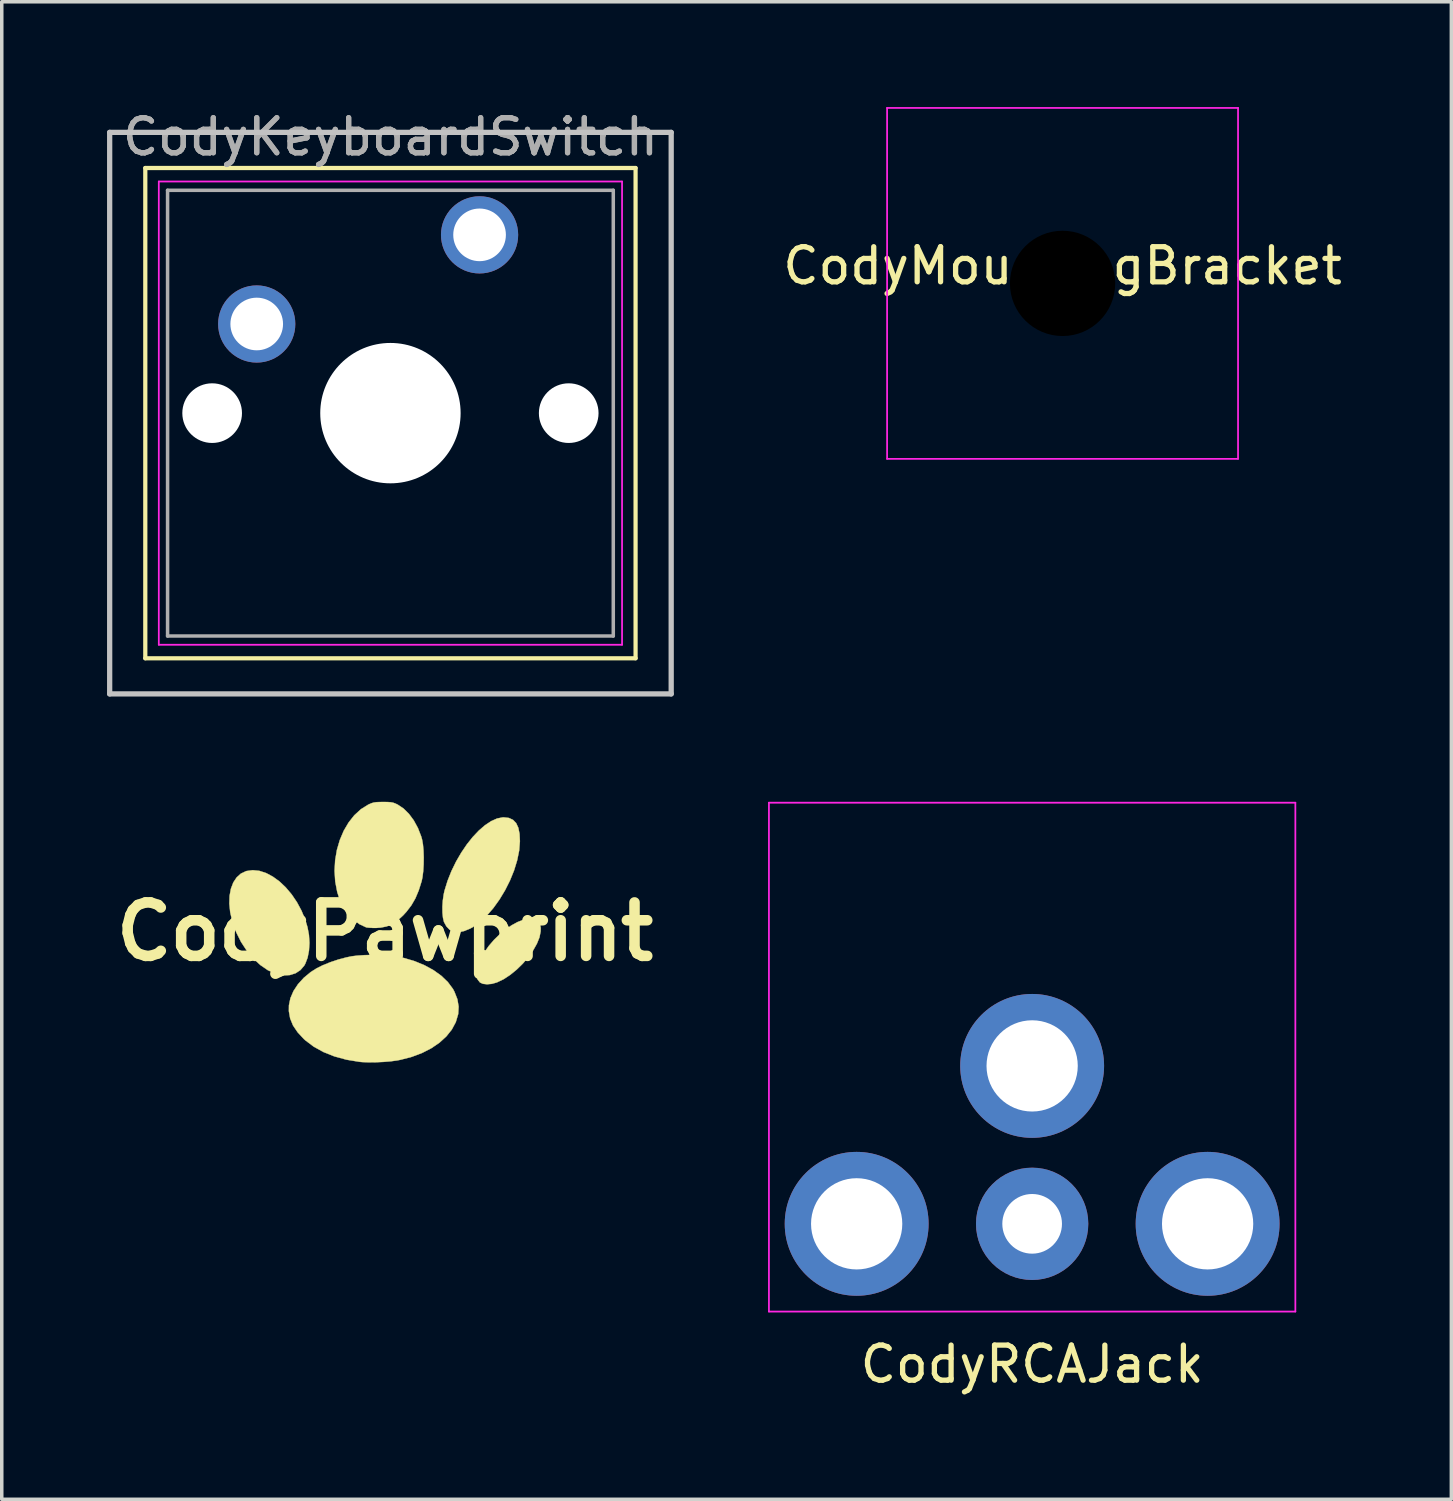
<source format=kicad_pcb>
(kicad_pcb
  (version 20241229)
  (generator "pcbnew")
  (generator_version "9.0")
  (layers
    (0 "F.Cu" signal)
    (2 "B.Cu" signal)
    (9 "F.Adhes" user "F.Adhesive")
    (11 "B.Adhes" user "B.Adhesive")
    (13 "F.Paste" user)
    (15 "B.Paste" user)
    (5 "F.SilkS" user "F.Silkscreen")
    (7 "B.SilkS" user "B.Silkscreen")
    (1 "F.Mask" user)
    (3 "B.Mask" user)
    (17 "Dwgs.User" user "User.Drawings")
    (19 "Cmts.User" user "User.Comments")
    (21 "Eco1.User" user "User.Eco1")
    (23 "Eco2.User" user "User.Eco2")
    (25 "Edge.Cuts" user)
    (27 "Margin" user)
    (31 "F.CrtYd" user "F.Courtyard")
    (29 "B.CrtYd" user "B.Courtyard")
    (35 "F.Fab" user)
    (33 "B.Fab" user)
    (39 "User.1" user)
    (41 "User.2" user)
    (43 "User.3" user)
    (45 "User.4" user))
  (footprint "CodyMountingBracket"
    (layer "F.Cu")
    (at 27.227 5.025)
    (property "Reference" "CodyMountingBracket" (at 0 -0.5 0) (unlocked yes) (layer "F.SilkS") (effects (font (size 1 1) (thickness 0.15))))
    (fp_line (start -5 -5) (end 5 -5) (stroke (width 0.05) (type solid)) (layer "F.CrtYd"))
    (fp_line (start -5 5) (end -5 -5) (stroke (width 0.05) (type solid)) (layer "F.CrtYd"))
    (fp_line (start 5 5) (end -5 5) (stroke (width 0.05) (type solid)) (layer "F.CrtYd"))
    (fp_line (start 5 5) (end 5 -5) (stroke (width 0.05) (type solid)) (layer "F.CrtYd"))
    (pad "" np_thru_hole circle (at 0 0) (size 3 3) (drill 3) (layers "*.Mask")))
  (footprint "CodyKeyboardSwitch"
    (layer "F.Cu")
    (at 10.615 3.642)
    (property "Reference" "CodyKeyboardSwitch" (at -2.54 -2.794 0) (layer "F.Fab") (effects (font (size 1 1) (thickness 0.15))))
    (attr through_hole)
    (fp_line (start -9.525 -1.905) (end 4.445 -1.905) (stroke (width 0.12) (type solid)) (layer "F.SilkS"))
    (fp_line (start -9.525 12.065) (end -9.525 -1.905) (stroke (width 0.12) (type solid)) (layer "F.SilkS"))
    (fp_line (start 4.445 -1.905) (end 4.445 12.065) (stroke (width 0.12) (type solid)) (layer "F.SilkS"))
    (fp_line (start 4.445 12.065) (end -9.525 12.065) (stroke (width 0.12) (type solid)) (layer "F.SilkS"))
    (fp_line (start -10.54 -2.92) (end 5.46 -2.92) (stroke (width 0.15) (type solid)) (layer "Dwgs.User"))
    (fp_line (start -10.54 13.08) (end -10.54 -2.92) (stroke (width 0.15) (type solid)) (layer "Dwgs.User"))
    (fp_line (start 5.46 -2.92) (end 5.46 13.08) (stroke (width 0.15) (type solid)) (layer "Dwgs.User"))
    (fp_line (start 5.46 13.08) (end -10.54 13.08) (stroke (width 0.15) (type solid)) (layer "Dwgs.User"))
    (fp_line (start -9.14 -1.52) (end 4.06 -1.52) (stroke (width 0.05) (type solid)) (layer "F.CrtYd"))
    (fp_line (start -9.14 11.68) (end -9.14 -1.52) (stroke (width 0.05) (type solid)) (layer "F.CrtYd"))
    (fp_line (start 4.06 -1.52) (end 4.06 11.68) (stroke (width 0.05) (type solid)) (layer "F.CrtYd"))
    (fp_line (start 4.06 11.68) (end -9.14 11.68) (stroke (width 0.05) (type solid)) (layer "F.CrtYd"))
    (fp_line (start -8.89 -1.27) (end 3.81 -1.27) (stroke (width 0.1) (type solid)) (layer "F.Fab"))
    (fp_line (start -8.89 11.43) (end -8.89 -1.27) (stroke (width 0.1) (type solid)) (layer "F.Fab"))
    (fp_line (start 3.81 -1.27) (end 3.81 11.43) (stroke (width 0.1) (type solid)) (layer "F.Fab"))
    (fp_line (start 3.81 11.43) (end -8.89 11.43) (stroke (width 0.1) (type solid)) (layer "F.Fab"))
    (fp_text user "${REFERENCE}" (at -2.54 -2.794 0) (layer "F.Fab") (effects (font (size 1 1) (thickness 0.15))))
    (pad "" np_thru_hole circle (at -7.62 5.08) (size 1.7 1.7) (drill 1.7) (layers "*.Cu" "*.Mask"))
    (pad "" np_thru_hole circle (at -2.54 5.08) (size 4 4) (drill 4) (layers "*.Cu" "*.Mask"))
    (pad "" np_thru_hole circle (at 2.54 5.08) (size 1.7 1.7) (drill 1.7) (layers "*.Cu" "*.Mask"))
    (pad "1" thru_hole circle (at 0 0) (size 2.2 2.2) (drill 1.5) (layers "*.Cu" "*.Mask"))
    (pad "2" thru_hole circle (at -6.35 2.54) (size 2.2 2.2) (drill 1.5) (layers "*.Cu" "*.Mask")))
  (footprint "CodyPawprint"
    (layer "F.Cu")
    (at 7.918 23.498)
    (property "Reference" "CodyPawprint" (at 0 0 0) (layer "F.SilkS") (effects (font (size 1.524 1.524) (thickness 0.3))))
    (attr through_hole)
    (fp_poly (pts (xy 4.219 -0.364) (xy 4.292 -0.338) (xy 4.373 -0.282) (xy 4.42 -0.21) (xy 4.439 -0.109) (xy 4.437 -0.009) (xy 4.404 0.16) (xy 4.33 0.343) (xy 4.222 0.534) (xy 4.086 0.725) (xy 3.928 0.91) (xy 3.753 1.081) (xy 3.567 1.232) (xy 3.377 1.356) (xy 3.188 1.446) (xy 3.184 1.447) (xy 3.045 1.486) (xy 2.91 1.498) (xy 2.794 1.485) (xy 2.709 1.447) (xy 2.64 1.361) (xy 2.609 1.244) (xy 2.617 1.099) (xy 2.663 0.928) (xy 2.727 0.775) (xy 2.832 0.587) (xy 2.96 0.405) (xy 3.108 0.233) (xy 3.269 0.076) (xy 3.437 -0.064) (xy 3.609 -0.182) (xy 3.779 -0.275) (xy 3.94 -0.338) (xy 4.089 -0.369) (xy 4.219 -0.364)) (stroke (width 0.01) (type solid)) (fill yes) (layer "F.SilkS"))
    (fp_poly (pts (xy -3.576 -1.733) (xy -3.383 -1.67) (xy -3.191 -1.567) (xy -3.003 -1.43) (xy -2.824 -1.26) (xy -2.657 -1.062) (xy -2.506 -0.839) (xy -2.375 -0.595) (xy -2.268 -0.333) (xy -2.207 -0.131) (xy -2.165 0.091) (xy -2.151 0.318) (xy -2.164 0.537) (xy -2.203 0.738) (xy -2.268 0.91) (xy -2.299 0.966) (xy -2.408 1.093) (xy -2.547 1.184) (xy -2.708 1.235) (xy -2.886 1.245) (xy -3.072 1.211) (xy -3.115 1.198) (xy -3.337 1.096) (xy -3.551 0.949) (xy -3.752 0.762) (xy -3.937 0.541) (xy -4.1 0.291) (xy -4.236 0.019) (xy -4.343 -0.272) (xy -4.352 -0.305) (xy -4.409 -0.558) (xy -4.433 -0.799) (xy -4.426 -1.023) (xy -4.388 -1.225) (xy -4.321 -1.401) (xy -4.226 -1.545) (xy -4.105 -1.655) (xy -3.959 -1.724) (xy -3.948 -1.728) (xy -3.766 -1.753) (xy -3.576 -1.733)) (stroke (width 0.01) (type solid)) (fill yes) (layer "F.SilkS"))
    (fp_poly (pts (xy 3.533 -3.241) (xy 3.65 -3.186) (xy 3.739 -3.094) (xy 3.801 -2.961) (xy 3.836 -2.787) (xy 3.846 -2.578) (xy 3.825 -2.313) (xy 3.768 -2.034) (xy 3.68 -1.747) (xy 3.564 -1.461) (xy 3.424 -1.182) (xy 3.264 -0.917) (xy 3.088 -0.672) (xy 2.9 -0.455) (xy 2.704 -0.272) (xy 2.503 -0.13) (xy 2.426 -0.088) (xy 2.254 -0.018) (xy 2.099 0.014) (xy 1.968 0.007) (xy 1.946 0.000326) (xy 1.842 -0.057) (xy 1.751 -0.153) (xy 1.684 -0.276) (xy 1.683 -0.277) (xy 1.655 -0.392) (xy 1.64 -0.541) (xy 1.638 -0.712) (xy 1.65 -0.891) (xy 1.675 -1.064) (xy 1.698 -1.168) (xy 1.786 -1.453) (xy 1.897 -1.731) (xy 2.028 -1.999) (xy 2.175 -2.252) (xy 2.334 -2.487) (xy 2.502 -2.698) (xy 2.676 -2.882) (xy 2.852 -3.034) (xy 3.027 -3.15) (xy 3.197 -3.226) (xy 3.36 -3.258) (xy 3.385 -3.258) (xy 3.533 -3.241)) (stroke (width 0.01) (type solid)) (fill yes) (layer "F.SilkS"))
    (fp_poly (pts (xy 0.073 -3.695) (xy 0.162 -3.689) (xy 0.23 -3.677) (xy 0.292 -3.655) (xy 0.364 -3.621) (xy 0.529 -3.511) (xy 0.684 -3.358) (xy 0.823 -3.17) (xy 0.941 -2.953) (xy 1.033 -2.716) (xy 1.058 -2.629) (xy 1.083 -2.489) (xy 1.099 -2.315) (xy 1.106 -2.119) (xy 1.103 -1.917) (xy 1.091 -1.724) (xy 1.07 -1.553) (xy 1.047 -1.442) (xy 0.963 -1.176) (xy 0.868 -0.95) (xy 0.753 -0.751) (xy 0.613 -0.568) (xy 0.519 -0.465) (xy 0.36 -0.319) (xy 0.208 -0.216) (xy 0.049 -0.15) (xy -0.126 -0.116) (xy -0.241 -0.109) (xy -0.352 -0.109) (xy -0.449 -0.113) (xy -0.518 -0.121) (xy -0.533 -0.124) (xy -0.719 -0.21) (xy -0.893 -0.339) (xy -1.05 -0.506) (xy -1.185 -0.704) (xy -1.293 -0.927) (xy -1.359 -1.13) (xy -1.416 -1.431) (xy -1.435 -1.735) (xy -1.418 -2.037) (xy -1.368 -2.331) (xy -1.286 -2.611) (xy -1.175 -2.873) (xy -1.036 -3.11) (xy -0.872 -3.318) (xy -0.684 -3.49) (xy -0.475 -3.621) (xy -0.457 -3.629) (xy -0.386 -3.66) (xy -0.32 -3.68) (xy -0.245 -3.691) (xy -0.144 -3.695) (xy -0.051 -3.696) (xy 0.073 -3.695)) (stroke (width 0.01) (type solid)) (fill yes) (layer "F.SilkS"))
    (fp_poly (pts (xy -0.167 0.662) (xy 0.031 0.67) (xy 0.199 0.685) (xy 0.217 0.688) (xy 0.541 0.749) (xy 0.847 0.84) (xy 1.13 0.957) (xy 1.386 1.097) (xy 1.609 1.258) (xy 1.794 1.436) (xy 1.937 1.629) (xy 1.98 1.709) (xy 2.065 1.925) (xy 2.1 2.134) (xy 2.088 2.341) (xy 2.086 2.352) (xy 2.02 2.575) (xy 1.907 2.786) (xy 1.751 2.982) (xy 1.555 3.161) (xy 1.324 3.319) (xy 1.059 3.455) (xy 0.765 3.566) (xy 0.446 3.649) (xy 0.343 3.669) (xy 0.166 3.693) (xy -0.039 3.71) (xy -0.254 3.72) (xy -0.462 3.722) (xy -0.646 3.715) (xy -0.723 3.708) (xy -1.094 3.647) (xy -1.439 3.553) (xy -1.753 3.428) (xy -2.032 3.273) (xy -2.273 3.091) (xy -2.31 3.057) (xy -2.488 2.865) (xy -2.618 2.672) (xy -2.7 2.473) (xy -2.737 2.265) (xy -2.735 2.098) (xy -2.693 1.895) (xy -2.606 1.692) (xy -2.477 1.496) (xy -2.312 1.314) (xy -2.114 1.15) (xy -1.945 1.043) (xy -1.767 0.954) (xy -1.555 0.869) (xy -1.328 0.793) (xy -1.102 0.733) (xy -0.942 0.7) (xy -0.783 0.681) (xy -0.59 0.668) (xy -0.38 0.662) (xy -0.167 0.662)) (stroke (width 0.01) (type solid)) (fill yes) (layer "F.SilkS")))
  (footprint "CodyRCAJack"
    (layer "F.Cu")
    (at 26.36 31.822)
    (property "Reference" "CodyRCAJack" (at 0 4 0) (unlocked yes) (layer "F.SilkS") (effects (font (size 1 1) (thickness 0.15))))
    (attr through_hole)
    (fp_line (start -7.5 2.5) (end -7.5 -12) (stroke (width 0.05) (type solid)) (layer "F.CrtYd"))
    (fp_line (start 7.5 -12) (end -7.5 -12) (stroke (width 0.05) (type solid)) (layer "F.CrtYd"))
    (fp_line (start 7.5 2.5) (end -7.5 2.5) (stroke (width 0.05) (type solid)) (layer "F.CrtYd"))
    (fp_line (start 7.5 2.5) (end 7.5 -12) (stroke (width 0.05) (type solid)) (layer "F.CrtYd"))
    (pad "1" thru_hole circle (at 0 0) (size 3.2 3.2) (drill 1.7) (layers "*.Cu" "*.Mask"))
    (pad "2" thru_hole circle (at -5 0) (size 4.1 4.1) (drill 2.6) (layers "*.Cu" "*.Mask"))
    (pad "2" thru_hole circle (at 0 -4.5) (size 4.1 4.1) (drill 2.6) (layers "*.Cu" "*.Mask"))
    (pad "2" thru_hole circle (at 5 0) (size 4.1 4.1) (drill 2.6) (layers "*.Cu" "*.Mask")))
  (gr_rect
    (start -3 -3)
    (end 38.305 39.67)
    (stroke (width 0.1) (type default))
    (fill no)
    (layer "Edge.Cuts")))
</source>
